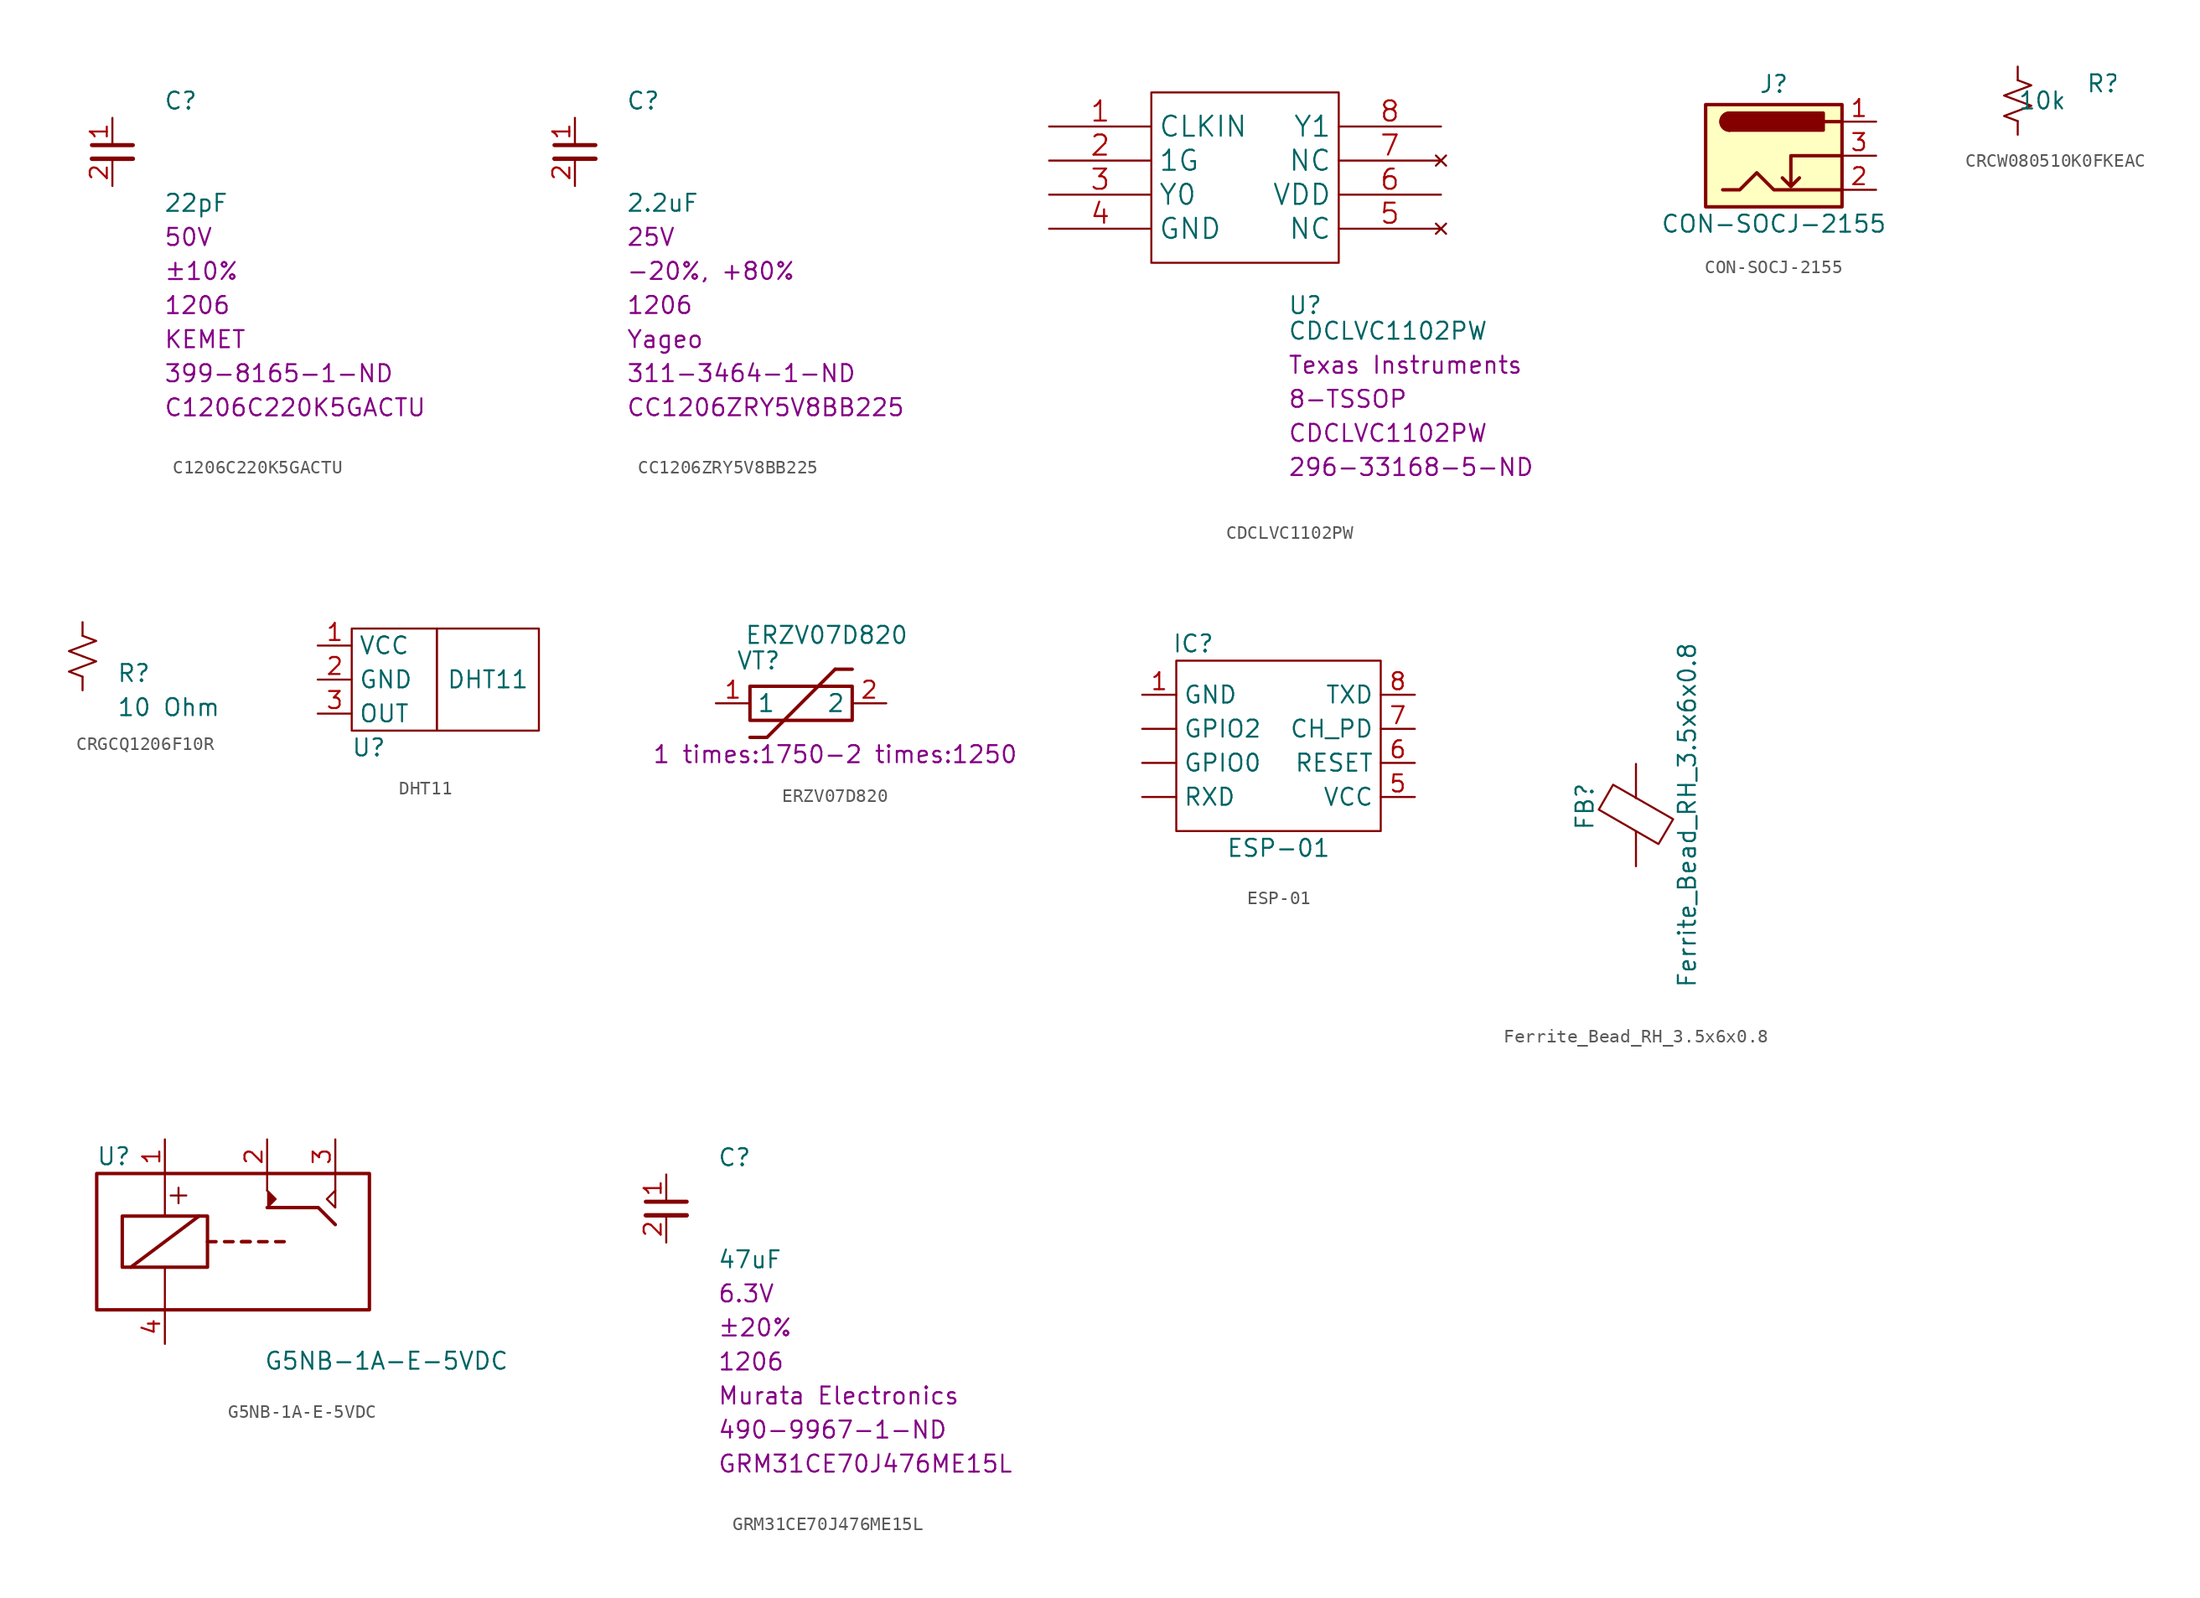
<source format=kicad_sym>
(kicad_symbol_lib
  (version 20220914)
  (generator kicad_symbol_editor)
  (symbol "C1206C220K5GACTU"
    (property "Reference" "C"
      (at 3.81 3.81 0)
      (effects (font (size 1.27 1.27)) (justify left)))
    (property "Value" "C1206C220K5GACTU"
      (at 3.81 1.27 0)
      (effects (font (size 1.27 1.27)) (justify left)))
    (property "value" "22pF"
      (at 3.81 -3.81 0)
      (effects (font (size 1.27 1.27)) (justify left)))
    (property "Tolerance" "±10%"
      (at 3.81 -8.89 0)
      (effects (font (size 1.27 1.27)) (justify left)))
    (property "MAX Voltage" "50V"
      (at 3.81 -6.35 0)
      (effects (font (size 1.27 1.27)) (justify left)))
    (property "Chip Set" "1206"
      (at 3.81 -11.43 0)
      (effects (font (size 1.27 1.27)) (justify left)))
    (property "Manufacturer" "KEMET"
      (at 3.81 -13.97 0)
      (effects (font (size 1.27 1.27)) (justify left)))
    (property "MPN" "C1206C220K5GACTU"
      (at 3.81 -19.05 0)
      (effects (font (size 1.27 1.27)) (justify left)))
    (property "Digi-Key_PN" "399-8165-1-ND"
      (at 3.81 -16.51 0)
      (effects (font (size 1.27 1.27)) (justify left)))
    (symbol "C1206C220K5GACTU_1_1"
      (polyline (pts (xy -1.524 -0.508) (xy 1.524 -0.508)) (stroke (width 0.33) (type default)) (fill (type none)))
      (polyline (pts (xy -1.524 0.508) (xy 1.524 0.508)) (stroke (width 0.305) (type default)) (fill (type none)))
      (pin passive line (at 0 2.54 270) (length 2.032) (name "~" (effects (font (size 1.27 1.27)))) (number "1" (effects (font (size 1.27 1.27)))))
      (pin passive line (at 0 -2.54 90) (length 2.032) (name "~" (effects (font (size 1.27 1.27)))) (number "2" (effects (font (size 1.27 1.27)))))))
  (symbol "CC1206ZRY5V8BB225"
    (property "Reference" "C"
      (at 3.81 3.81 0)
      (effects (font (size 1.27 1.27)) (justify left)))
    (property "Value" "CC1206ZRY5V8BB225"
      (at 3.81 1.27 0)
      (effects (font (size 1.27 1.27)) (justify left)))
    (property "value" "2.2uF"
      (at 3.81 -3.81 0)
      (effects (font (size 1.27 1.27)) (justify left)))
    (property "Tolerance" "-20%, +80%"
      (at 3.81 -8.89 0)
      (effects (font (size 1.27 1.27)) (justify left)))
    (property "MAX Voltage" "25V"
      (at 3.81 -6.35 0)
      (effects (font (size 1.27 1.27)) (justify left)))
    (property "Chip Set" "1206"
      (at 3.81 -11.43 0)
      (effects (font (size 1.27 1.27)) (justify left)))
    (property "Manufacturer" "Yageo"
      (at 3.81 -13.97 0)
      (effects (font (size 1.27 1.27)) (justify left)))
    (property "MPN" "CC1206ZRY5V8BB225"
      (at 3.81 -19.05 0)
      (effects (font (size 1.27 1.27)) (justify left)))
    (property "Digi-Key_PN" "311-3464-1-ND"
      (at 3.81 -16.51 0)
      (effects (font (size 1.27 1.27)) (justify left)))
    (symbol "CC1206ZRY5V8BB225_1_1"
      (polyline (pts (xy -1.524 -0.508) (xy 1.524 -0.508)) (stroke (width 0.33) (type default)) (fill (type none)))
      (polyline (pts (xy -1.524 0.508) (xy 1.524 0.508)) (stroke (width 0.305) (type default)) (fill (type none)))
      (pin passive line (at 0 2.54 270) (length 2.032) (name "~" (effects (font (size 1.27 1.27)))) (number "1" (effects (font (size 1.27 1.27)))))
      (pin passive line (at 0 -2.54 90) (length 2.032) (name "~" (effects (font (size 1.27 1.27)))) (number "2" (effects (font (size 1.27 1.27)))))))
  (symbol "CDCLVC1102PW"
    (property "Reference" "U"
      (at 2.54 -9.525 0)
      (effects (font (size 1.27 1.27)) (justify left)))
    (property "Value" "CDCLVC1102PW"
      (at 2.54 -11.43 0)
      (effects (font (size 1.27 1.27)) (justify left)))
    (property "Chip Set" "8-TSSOP"
      (at 2.54 -16.51 0)
      (effects (font (size 1.27 1.27)) (justify left)))
    (property "Manufacturer" "Texas Instruments"
      (at 2.54 -13.97 0)
      (effects (font (size 1.27 1.27)) (justify left)))
    (property "MPN" "CDCLVC1102PW"
      (at 2.54 -19.05 0)
      (effects (font (size 1.27 1.27)) (justify left)))
    (property "Digi-Key_PN" "296-33168-5-ND"
      (at 2.54 -21.59 0)
      (effects (font (size 1.27 1.27)) (justify left)))
    (symbol "CDCLVC1102PW_0_1"
      (rectangle (start -7.62 6.35) (end 6.35 -6.35) (stroke (width 0) (type default)) (fill (type none))))
    (symbol "CDCLVC1102PW_1_1"
      (pin input line (at -15.24 3.81 0) (length 7.62) (name "CLKIN" (effects (font (size 1.499 1.499)))) (number "1" (effects (font (size 1.499 1.499)))))
      (pin input line (at -15.24 1.27 0) (length 7.62) (name "1G" (effects (font (size 1.499 1.499)))) (number "2" (effects (font (size 1.499 1.499)))))
      (pin output line (at -15.24 -1.27 0) (length 7.62) (name "Y0" (effects (font (size 1.499 1.499)))) (number "3" (effects (font (size 1.499 1.499)))))
      (pin power_in line (at -15.24 -3.81 0) (length 7.62) (name "GND" (effects (font (size 1.499 1.499)))) (number "4" (effects (font (size 1.499 1.499)))))
      (pin no_connect line (at 13.97 -3.81 180) (length 7.62) (name "NC" (effects (font (size 1.499 1.499)))) (number "5" (effects (font (size 1.499 1.499)))))
      (pin power_in line (at 13.97 -1.27 180) (length 7.62) (name "VDD" (effects (font (size 1.499 1.499)))) (number "6" (effects (font (size 1.499 1.499)))))
      (pin no_connect line (at 13.97 1.27 180) (length 7.62) (name "NC" (effects (font (size 1.499 1.499)))) (number "7" (effects (font (size 1.499 1.499)))))
      (pin output line (at 13.97 3.81 180) (length 7.62) (name "Y1" (effects (font (size 1.499 1.499)))) (number "8" (effects (font (size 1.499 1.499)))))))
  (symbol "CON-SOCJ-2155"
    (pin_names hide)
    (property "Reference" "J"
      (at 0 5.334 0)
      (effects (font (size 1.27 1.27))))
    (property "Value" "CON-SOCJ-2155"
      (at 0 -5.08 0)
      (effects (font (size 1.27 1.27))))
    (symbol "CON-SOCJ-2155_0_1"
      (rectangle (start -5.08 3.81) (end 5.08 -3.81) (stroke (width 0.254) (type default)) (fill (type background)))
      (arc (start -3.302 3.175) (mid -3.9343 2.54) (end -3.302 1.905) (stroke (width 0.254) (type default)) (fill (type none)))
      (arc (start -3.302 3.175) (mid -3.9343 2.54) (end -3.302 1.905) (stroke (width 0.254) (type default)) (fill (type outline)))
      (polyline (pts (xy 1.27 -2.286) (xy 1.905 -1.651)) (stroke (width 0.254) (type default)) (fill (type none)))
      (polyline (pts (xy 5.08 2.54) (xy 3.81 2.54)) (stroke (width 0.254) (type default)) (fill (type none)))
      (polyline (pts (xy 5.08 0) (xy 1.27 0) (xy 1.27 -2.286) (xy 0.635 -1.651)) (stroke (width 0.254) (type default)) (fill (type none)))
      (polyline (pts (xy -3.81 -2.54) (xy -2.54 -2.54) (xy -1.27 -1.27) (xy 0 -2.54) (xy 2.54 -2.54) (xy 5.08 -2.54)) (stroke (width 0.254) (type default)) (fill (type none)))
      (rectangle (start 3.683 3.175) (end -3.302 1.905) (stroke (width 0.254) (type default)) (fill (type outline))))
    (symbol "CON-SOCJ-2155_1_1"
      (pin passive line (at 7.62 2.54 180) (length 2.54) (name "~" (effects (font (size 1.27 1.27)))) (number "1" (effects (font (size 1.27 1.27)))))
      (pin passive line (at 7.62 -2.54 180) (length 2.54) (name "~" (effects (font (size 1.27 1.27)))) (number "2" (effects (font (size 1.27 1.27)))))
      (pin passive line (at 7.62 0 180) (length 2.54) (name "~" (effects (font (size 1.27 1.27)))) (number "3" (effects (font (size 1.27 1.27)))))))
  (symbol "CRCW080510K0FKEAC"
    (pin_numbers hide)
    (pin_names
      (offset 0.254) hide)
    (property "Reference" "R"
      (at 5.08 1.27 0)
      (effects (font (size 1.27 1.27)) (justify left)))
    (property "Value" "CRCW080510K0FKEAC"
      (at 5.08 -1.27 0)
      (effects (font (size 1.27 1.27)) (justify left)))
    (property "value" "10k"
      (at 0 0 0)
      (effects (font (size 1.27 1.27)) (justify left)))
    (symbol "CRCW080510K0FKEAC_1_1"
      (polyline (pts (xy 0 0) (xy 1.016 -0.381) (xy 0 -0.762) (xy -1.016 -1.143) (xy 0 -1.524)) (stroke (width 0) (type default)) (fill (type none)))
      (polyline (pts (xy 0 1.524) (xy 1.016 1.143) (xy 0 0.762) (xy -1.016 0.381) (xy 0 0)) (stroke (width 0) (type default)) (fill (type none)))
      (pin passive line (at 0 2.54 270) (length 1.016) (name "~" (effects (font (size 1.27 1.27)))) (number "1" (effects (font (size 1.27 1.27)))))
      (pin passive line (at 0 -2.54 90) (length 1.016) (name "~" (effects (font (size 1.27 1.27)))) (number "2" (effects (font (size 1.27 1.27)))))))
  (symbol "CRGCQ1206F10R"
    (pin_numbers hide)
    (pin_names
      (offset 0.254) hide)
    (property "Reference" "R"
      (at 2.54 -1.27 0)
      (effects (font (size 1.27 1.27)) (justify left)))
    (property "value" "10 Ohm"
      (at 2.54 -3.81 0)
      (effects (font (size 1.27 1.27)) (justify left)))
    (symbol "CRGCQ1206F10R_1_1"
      (polyline (pts (xy 0 0) (xy 1.016 -0.381) (xy 0 -0.762) (xy -1.016 -1.143) (xy 0 -1.524)) (stroke (width 0) (type default)) (fill (type none)))
      (polyline (pts (xy 0 1.524) (xy 1.016 1.143) (xy 0 0.762) (xy -1.016 0.381) (xy 0 0)) (stroke (width 0) (type default)) (fill (type none)))
      (pin passive line (at 0 2.54 270) (length 1.016) (name "~" (effects (font (size 1.27 1.27)))) (number "1" (effects (font (size 1.27 1.27)))))
      (pin passive line (at 0 -2.54 90) (length 1.016) (name "~" (effects (font (size 1.27 1.27)))) (number "2" (effects (font (size 1.27 1.27)))))))
  (symbol "DHT11"
    (property "Reference" "U"
      (at 1.27 -5.08 0)
      (effects (font (size 1.27 1.27))))
    (property "Value" "DHT11"
      (at 10.16 0 0)
      (effects (font (size 1.27 1.27))))
    (symbol "DHT11_0_1"
      (rectangle (start 0 3.81) (end 6.35 -3.81) (stroke (width 0) (type default)) (fill (type none)))
      (rectangle (start 6.35 3.81) (end 6.35 3.81) (stroke (width 0) (type default)) (fill (type none)))
      (rectangle (start 6.35 3.81) (end 13.97 -3.81) (stroke (width 0) (type default)) (fill (type none))))
    (symbol "DHT11_1_1"
      (pin input line (at -2.54 2.54 0) (length 2.54) (name "VCC" (effects (font (size 1.27 1.27)))) (number "1" (effects (font (size 1.27 1.27)))))
      (pin input line (at -2.54 0 0) (length 2.54) (name "GND" (effects (font (size 1.27 1.27)))) (number "2" (effects (font (size 1.27 1.27)))))
      (pin input line (at -2.54 -2.54 0) (length 2.54) (name "OUT" (effects (font (size 1.27 1.27)))) (number "3" (effects (font (size 1.27 1.27)))))))
  (symbol "ERZV07D820"
    (property "Reference" "VT"
      (at -3.175 3.175 0)
      (effects (font (size 1.27 1.27))))
    (property "Value" "ERZV07D820"
      (at 1.905 5.08 0)
      (effects (font (size 1.27 1.27))))
    (property "Maximum peark current at 8/20us" "1 times:1750-2 times:1250"
      (at 2.54 -3.81 0)
      (effects (font (size 1.27 1.27))))
    (symbol "ERZV07D820_0_1"
      (rectangle (start -3.81 1.27) (end 3.81 -1.27) (stroke (width 0.254) (type default)) (fill (type none)))
      (polyline (pts (xy 2.54 2.54) (xy 3.81 2.54)) (stroke (width 0.254) (type default)) (fill (type none)))
      (polyline (pts (xy 2.54 2.54) (xy -2.54 -2.54) (xy -3.81 -2.54)) (stroke (width 0.254) (type default)) (fill (type none))))
    (symbol "ERZV07D820_1_1"
      (pin input line (at -6.35 0 0) (length 2.54) (name "1" (effects (font (size 1.27 1.27)))) (number "1" (effects (font (size 1.27 1.27)))))
      (pin input line (at 6.35 0 180) (length 2.54) (name "2" (effects (font (size 1.27 1.27)))) (number "2" (effects (font (size 1.27 1.27)))))))
  (symbol "ESP-01"
    (property "Reference" "IC"
      (at -6.35 7.62 0)
      (effects (font (size 1.27 1.27))))
    (property "Value" "ESP-01"
      (at 0 -7.62 0)
      (effects (font (size 1.27 1.27))))
    (symbol "ESP-01_0_1"
      (rectangle (start -7.62 6.35) (end 7.62 -6.35) (stroke (width 0) (type default)) (fill (type none))))
    (symbol "ESP-01_1_1"
      (pin input line (at -10.16 3.81 0) (length 2.54) (name "GND" (effects (font (size 1.27 1.27)))) (number "1" (effects (font (size 1.27 1.27)))))
      (pin input line (at 10.16 -3.81 180) (length 2.54) (name "VCC" (effects (font (size 1.27 1.27)))) (number "5" (effects (font (size 1.27 1.27)))))
      (pin input line (at 10.16 -1.27 180) (length 2.54) (name "RESET" (effects (font (size 1.27 1.27)))) (number "6" (effects (font (size 1.27 1.27)))))
      (pin input line (at 10.16 1.27 180) (length 2.54) (name "CH_PD" (effects (font (size 1.27 1.27)))) (number "7" (effects (font (size 1.27 1.27)))))
      (pin input line (at 10.16 3.81 180) (length 2.54) (name "TXD" (effects (font (size 1.27 1.27)))) (number "8" (effects (font (size 1.27 1.27)))))
      (pin input line (at -10.16 -1.27 0) (length 2.54) (name "GPIO0" (effects (font (size 1.27 1.27)))) (number "~" (effects (font (size 1.27 1.27)))))
      (pin input line (at -10.16 1.27 0) (length 2.54) (name "GPIO2" (effects (font (size 1.27 1.27)))) (number "~" (effects (font (size 1.27 1.27)))))
      (pin input line (at -10.16 -3.81 0) (length 2.54) (name "RXD" (effects (font (size 1.27 1.27)))) (number "~" (effects (font (size 1.27 1.27)))))))
  (symbol "Ferrite_Bead_RH_3.5x6x0.8"
    (pin_numbers hide)
    (pin_names
      (offset 0))
    (property "Reference" "FB"
      (at -3.81 0.635 90)
      (effects (font (size 1.27 1.27))))
    (property "Value" "Ferrite_Bead_RH_3.5x6x0.8"
      (at 3.81 0 90)
      (effects (font (size 1.27 1.27))))
    (symbol "Ferrite_Bead_RH_3.5x6x0.8_0_1"
      (polyline (pts (xy 0 -1.27) (xy 0 -1.219)) (stroke (width 0) (type default)) (fill (type none)))
      (polyline (pts (xy 0 1.27) (xy 0 1.295)) (stroke (width 0) (type default)) (fill (type none)))
      (polyline (pts (xy -2.769 0.406) (xy -1.702 2.261) (xy 2.769 -0.305) (xy 1.676 -2.159) (xy -2.769 0.406)) (stroke (width 0) (type default)) (fill (type none))))
    (symbol "Ferrite_Bead_RH_3.5x6x0.8_1_1"
      (pin passive line (at 0 3.81 270) (length 2.54) (name "~" (effects (font (size 1.27 1.27)))) (number "1" (effects (font (size 1.27 1.27)))))
      (pin passive line (at 0 -3.81 90) (length 2.54) (name "~" (effects (font (size 1.27 1.27)))) (number "2" (effects (font (size 1.27 1.27)))))))
  (symbol "G5NB-1A-E-5VDC"
    (property "Reference" "U"
      (at -8.89 6.35 0)
      (effects (font (size 1.27 1.27))))
    (property "Value" "G5NB-1A-E-5VDC"
      (at 11.43 -8.89 0)
      (effects (font (size 1.27 1.27))))
    (symbol "G5NB-1A-E-5VDC_0_1"
      (polyline (pts (xy 2.54 2.54) (xy 6.35 2.54) (xy 7.62 1.27)) (stroke (width 0.254) (type default)) (fill (type none))))
    (symbol "G5NB-1A-E-5VDC_1_1"
      (rectangle (start -10.16 5.08) (end 10.16 -5.08) (stroke (width 0.254) (type default)) (fill (type none)))
      (rectangle (start -8.255 1.905) (end -1.905 -1.905) (stroke (width 0.254) (type default)) (fill (type none)))
      (polyline (pts (xy -7.62 -1.905) (xy -2.54 1.905)) (stroke (width 0.254) (type default)) (fill (type none)))
      (polyline (pts (xy -5.08 -5.08) (xy -5.08 -1.905)) (stroke (width 0) (type default)) (fill (type none)))
      (polyline (pts (xy -5.08 5.08) (xy -5.08 1.905)) (stroke (width 0) (type default)) (fill (type none)))
      (polyline (pts (xy -1.905 0) (xy -1.27 0)) (stroke (width 0.254) (type default)) (fill (type none)))
      (polyline (pts (xy -0.635 0) (xy 0 0)) (stroke (width 0.254) (type default)) (fill (type none)))
      (polyline (pts (xy 0.635 0) (xy 1.27 0)) (stroke (width 0.254) (type default)) (fill (type none)))
      (polyline (pts (xy 0.635 0) (xy 1.27 0)) (stroke (width 0.254) (type default)) (fill (type none)))
      (polyline (pts (xy 1.905 0) (xy 2.54 0)) (stroke (width 0.254) (type default)) (fill (type none)))
      (polyline (pts (xy 2.54 3.81) (xy 2.54 5.08)) (stroke (width 0) (type default)) (fill (type none)))
      (polyline (pts (xy 3.175 0) (xy 3.81 0)) (stroke (width 0.254) (type default)) (fill (type none)))
      (polyline (pts (xy 7.62 3.81) (xy 7.62 5.08)) (stroke (width 0) (type default)) (fill (type none)))
      (polyline (pts (xy 2.54 2.54) (xy 3.175 3.175) (xy 2.54 3.81)) (stroke (width 0) (type default)) (fill (type outline)))
      (polyline (pts (xy 7.62 3.81) (xy 7.62 2.54) (xy 6.985 3.175) (xy 7.62 3.81)) (stroke (width 0) (type default)) (fill (type none)))
      (text "+" (at -4.064 3.556 0) (effects (font (size 1.524 1.524))))
      (pin passive line (at -5.08 7.62 270) (length 2.54) (name "~" (effects (font (size 1.27 1.27)))) (number "1" (effects (font (size 1.27 1.27)))))
      (pin passive line (at 2.54 7.62 270) (length 2.54) (name "~" (effects (font (size 1.27 1.27)))) (number "2" (effects (font (size 1.27 1.27)))))
      (pin passive line (at 7.62 7.62 270) (length 2.54) (name "~" (effects (font (size 1.27 1.27)))) (number "3" (effects (font (size 1.27 1.27)))))
      (pin passive line (at -5.08 -7.62 90) (length 2.54) (name "~" (effects (font (size 1.27 1.27)))) (number "4" (effects (font (size 1.27 1.27)))))))
  (symbol "GRM31CE70J476ME15L"
    (property "Reference" "C"
      (at 3.81 3.81 0)
      (effects (font (size 1.27 1.27)) (justify left)))
    (property "Value" "GRM31CE70J476ME15L"
      (at 3.81 1.27 0)
      (effects (font (size 1.27 1.27)) (justify left)))
    (property "value" "47uF"
      (at 3.81 -3.81 0)
      (effects (font (size 1.27 1.27)) (justify left)))
    (property "Tolerance" "±20%"
      (at 3.81 -8.89 0)
      (effects (font (size 1.27 1.27)) (justify left)))
    (property "MAX Voltage" "6.3V"
      (at 3.81 -6.35 0)
      (effects (font (size 1.27 1.27)) (justify left)))
    (property "Chip Set" "1206"
      (at 3.81 -11.43 0)
      (effects (font (size 1.27 1.27)) (justify left)))
    (property "Manufacturer" "Murata Electronics"
      (at 3.81 -13.97 0)
      (effects (font (size 1.27 1.27)) (justify left)))
    (property "MPN" "GRM31CE70J476ME15L"
      (at 3.81 -19.05 0)
      (effects (font (size 1.27 1.27)) (justify left)))
    (property "Digi-Key_PN" "490-9967-1-ND"
      (at 3.81 -16.51 0)
      (effects (font (size 1.27 1.27)) (justify left)))
    (symbol "GRM31CE70J476ME15L_1_1"
      (polyline (pts (xy -1.524 -0.508) (xy 1.524 -0.508)) (stroke (width 0.33) (type default)) (fill (type none)))
      (polyline (pts (xy -1.524 0.508) (xy 1.524 0.508)) (stroke (width 0.305) (type default)) (fill (type none)))
      (pin passive line (at 0 2.54 270) (length 2.032) (name "~" (effects (font (size 1.27 1.27)))) (number "1" (effects (font (size 1.27 1.27)))))
      (pin passive line (at 0 -2.54 90) (length 2.032) (name "~" (effects (font (size 1.27 1.27)))) (number "2" (effects (font (size 1.27 1.27))))))))
</source>
